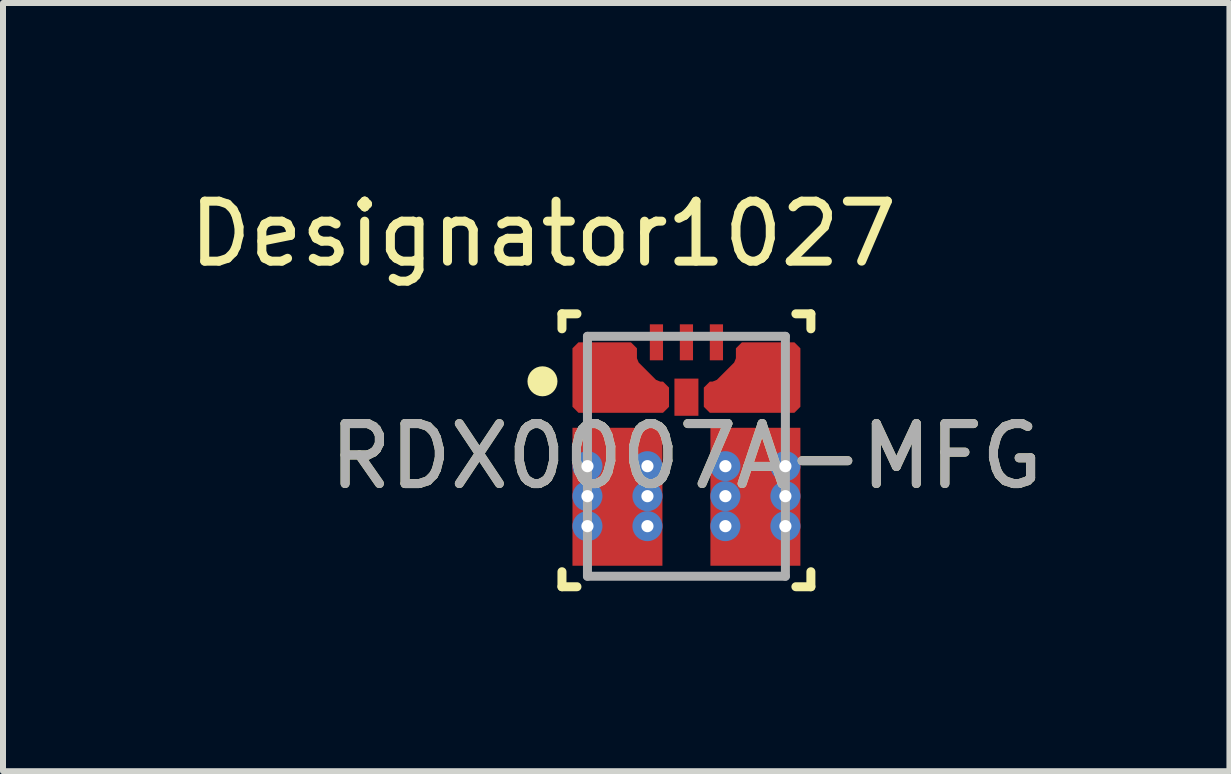
<source format=kicad_pcb>
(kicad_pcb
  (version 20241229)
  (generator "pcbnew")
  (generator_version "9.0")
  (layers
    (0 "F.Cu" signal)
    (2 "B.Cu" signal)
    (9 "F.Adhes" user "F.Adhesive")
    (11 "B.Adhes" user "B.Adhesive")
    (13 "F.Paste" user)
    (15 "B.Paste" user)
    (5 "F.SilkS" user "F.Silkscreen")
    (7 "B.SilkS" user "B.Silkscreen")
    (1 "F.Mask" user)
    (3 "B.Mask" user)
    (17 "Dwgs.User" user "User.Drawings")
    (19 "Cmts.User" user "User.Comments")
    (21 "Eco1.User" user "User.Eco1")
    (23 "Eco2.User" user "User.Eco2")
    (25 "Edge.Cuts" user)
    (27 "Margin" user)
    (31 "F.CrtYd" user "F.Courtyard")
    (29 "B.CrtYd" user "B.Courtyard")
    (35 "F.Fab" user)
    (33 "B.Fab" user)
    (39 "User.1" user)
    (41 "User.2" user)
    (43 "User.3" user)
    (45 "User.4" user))
  (footprint "RDX0007A-MFG"
    (layer "F.Cu")
    (at 8.394 4.557)
    (property "Reference" "RDX0007A-MFG" (at 0 0 0) (unlocked yes) (layer "F.SilkS") (effects (font (size 1 1) (thickness 0.15))))
    (attr through_hole)
    (fp_poly (pts (xy -0.2 -0.675) (xy 0.2 -0.675) (xy 0.2 -1.295) (xy -0.2 -1.295)) (stroke (width 0) (type solid)) (fill yes) (layer "F.Cu"))
    (fp_poly (pts (xy -1.9 -1.8) (xy -1.8 -1.9) (xy -0.925 -1.9) (xy -0.825 -1.8) (xy -0.825 -1.634) (xy -0.796 -1.563) (xy -0.507 -1.274) (xy -0.436 -1.245) (xy -0.39 -1.245) (xy -0.29 -1.145) (xy -0.29 -0.825) (xy -0.39 -0.725) (xy -1.8 -0.725) (xy -1.9 -0.825)) (stroke (width 0) (type solid)) (fill yes) (layer "F.Cu"))
    (fp_poly (pts (xy 1.9 -1.8) (xy 1.8 -1.9) (xy 0.925 -1.9) (xy 0.825 -1.8) (xy 0.825 -1.634) (xy 0.796 -1.563) (xy 0.507 -1.274) (xy 0.436 -1.245) (xy 0.39 -1.245) (xy 0.29 -1.145) (xy 0.29 -0.825) (xy 0.39 -0.725) (xy 1.8 -0.725) (xy 1.9 -0.825)) (stroke (width 0) (type solid)) (fill yes) (layer "F.Cu"))
    (fp_poly (pts (xy -0.44 -2.25) (xy -0.34 -2.15) (xy -0.34 -1.65) (xy -0.44 -1.55) (xy -0.56 -1.55) (xy -0.66 -1.65) (xy -0.66 -2.15) (xy -0.56 -2.25)) (stroke (width 0) (type solid)) (fill yes) (layer "F.Mask"))
    (fp_poly (pts (xy -0.16 -2.15) (xy -0.06 -2.25) (xy 0.06 -2.25) (xy 0.16 -2.15) (xy 0.16 -1.65) (xy 0.06 -1.55) (xy -0.06 -1.55) (xy -0.16 -1.65)) (stroke (width 0) (type solid)) (fill yes) (layer "F.Mask"))
    (fp_poly (pts (xy 0.56 -1.55) (xy 0.44 -1.55) (xy 0.34 -1.65) (xy 0.34 -2.15) (xy 0.44 -2.25) (xy 0.56 -2.25) (xy 0.66 -2.15) (xy 0.66 -1.65)) (stroke (width 0) (type solid)) (fill yes) (layer "F.Mask"))
    (fp_poly (pts (xy -0.925 -1.85) (xy -0.875 -1.8) (xy -0.875 -1.593) (xy -0.86 -1.557) (xy -0.513 -1.21) (xy -0.477 -1.195) (xy -0.39 -1.195) (xy -0.34 -1.145) (xy -0.34 -0.825) (xy -0.39 -0.775) (xy -1.4 -0.775) (xy -1.45 -0.825) (xy -1.5 -0.875) (xy -1.8 -0.875) (xy -1.85 -0.925) (xy -1.85 -1.075) (xy -1.8 -1.125) (xy -1.5 -1.125) (xy -1.45 -1.175) (xy -1.45 -1.325) (xy -1.5 -1.375) (xy -1.8 -1.375) (xy -1.85 -1.425) (xy -1.85 -1.575) (xy -1.8 -1.625) (xy -1.5 -1.625) (xy -1.45 -1.675) (xy -1.45 -1.8) (xy -1.4 -1.85)) (stroke (width 0) (type solid)) (fill yes) (layer "F.Mask"))
    (fp_poly (pts (xy 0.925 -1.85) (xy 0.875 -1.8) (xy 0.875 -1.593) (xy 0.86 -1.557) (xy 0.513 -1.21) (xy 0.477 -1.195) (xy 0.39 -1.195) (xy 0.34 -1.145) (xy 0.34 -0.825) (xy 0.39 -0.775) (xy 1.4 -0.775) (xy 1.45 -0.825) (xy 1.5 -0.875) (xy 1.8 -0.875) (xy 1.85 -0.925) (xy 1.85 -1.075) (xy 1.8 -1.125) (xy 1.5 -1.125) (xy 1.45 -1.175) (xy 1.45 -1.325) (xy 1.5 -1.375) (xy 1.8 -1.375) (xy 1.85 -1.425) (xy 1.85 -1.575) (xy 1.8 -1.625) (xy 1.5 -1.625) (xy 1.45 -1.675) (xy 1.45 -1.8) (xy 1.4 -1.85)) (stroke (width 0) (type solid)) (fill yes) (layer "F.Mask"))
    (fp_poly (pts (xy -0.5 -0.425) (xy -0.45 -0.375) (xy -0.45 1.725) (xy -0.5 1.775) (xy -1.4 1.775) (xy -1.45 1.725) (xy -1.45 1.59) (xy -1.5 1.54) (xy -1.8 1.54) (xy -1.85 1.49) (xy -1.85 1.34) (xy -1.8 1.29) (xy -1.5 1.29) (xy -1.45 1.24) (xy -1.45 1.09) (xy -1.5 1.04) (xy -1.8 1.04) (xy -1.85 0.99) (xy -1.85 0.84) (xy -1.8 0.79) (xy -1.5 0.79) (xy -1.45 0.74) (xy -1.45 0.59) (xy -1.5 0.54) (xy -1.8 0.54) (xy -1.85 0.49) (xy -1.85 0.34) (xy -1.8 0.29) (xy -1.5 0.29) (xy -1.45 0.24) (xy -1.45 0.09) (xy -1.5 0.04) (xy -1.8 0.04) (xy -1.85 -0.01) (xy -1.85 -0.16) (xy -1.8 -0.21) (xy -1.5 -0.21) (xy -1.45 -0.26) (xy -1.45 -0.375) (xy -1.4 -0.425)) (stroke (width 0) (type solid)) (fill yes) (layer "F.Mask"))
    (fp_poly (pts (xy 0.5 -0.425) (xy 0.45 -0.375) (xy 0.45 1.725) (xy 0.5 1.775) (xy 1.4 1.775) (xy 1.45 1.725) (xy 1.45 1.59) (xy 1.5 1.54) (xy 1.8 1.54) (xy 1.85 1.49) (xy 1.85 1.34) (xy 1.8 1.29) (xy 1.5 1.29) (xy 1.45 1.24) (xy 1.45 1.09) (xy 1.5 1.04) (xy 1.8 1.04) (xy 1.85 0.99) (xy 1.85 0.84) (xy 1.8 0.79) (xy 1.5 0.79) (xy 1.45 0.74) (xy 1.45 0.59) (xy 1.5 0.54) (xy 1.8 0.54) (xy 1.85 0.49) (xy 1.85 0.34) (xy 1.8 0.29) (xy 1.5 0.29) (xy 1.45 0.24) (xy 1.45 0.09) (xy 1.5 0.04) (xy 1.8 0.04) (xy 1.85 -0.01) (xy 1.85 -0.16) (xy 1.8 -0.21) (xy 1.5 -0.21) (xy 1.45 -0.26) (xy 1.45 -0.375) (xy 1.4 -0.425)) (stroke (width 0) (type solid)) (fill yes) (layer "F.Mask"))
    (fp_line (start -2.075 -2.375) (end -1.825 -2.375) (stroke (width 0.15) (type solid)) (layer "F.SilkS"))
    (fp_line (start -2.075 -2.125) (end -2.075 -2.375) (stroke (width 0.15) (type solid)) (layer "F.SilkS"))
    (fp_line (start -2.075 2.175) (end -2.075 1.925) (stroke (width 0.15) (type solid)) (layer "F.SilkS"))
    (fp_line (start -2.075 2.175) (end -1.825 2.175) (stroke (width 0.15) (type solid)) (layer "F.SilkS"))
    (fp_line (start 1.825 -2.375) (end 2.075 -2.375) (stroke (width 0.15) (type solid)) (layer "F.SilkS"))
    (fp_line (start 1.825 2.175) (end 2.075 2.175) (stroke (width 0.15) (type solid)) (layer "F.SilkS"))
    (fp_line (start 2.075 -2.125) (end 2.075 -2.375) (stroke (width 0.15) (type solid)) (layer "F.SilkS"))
    (fp_line (start 2.075 2.175) (end 2.075 1.925) (stroke (width 0.15) (type solid)) (layer "F.SilkS"))
    (fp_circle (center -2.4 -1.25) (end -2.275 -1.25) (stroke (width 0.25) (type solid)) (fill no) (layer "F.SilkS"))
    (fp_poly (pts (xy -1.85 -1.575) (xy -1.8 -1.625) (xy -1.45 -1.625) (xy -1.4 -1.575) (xy -1.4 -1.425) (xy -1.45 -1.375) (xy -1.8 -1.375) (xy -1.85 -1.425)) (stroke (width 0) (type solid)) (fill yes) (layer "F.Paste"))
    (fp_poly (pts (xy -1.8 -1.125) (xy -1.45 -1.125) (xy -1.4 -1.075) (xy -1.4 -0.925) (xy -1.45 -0.875) (xy -1.8 -0.875) (xy -1.85 -0.925) (xy -1.85 -1.075)) (stroke (width 0) (type solid)) (fill yes) (layer "F.Paste"))
    (fp_poly (pts (xy 1.85 -1.575) (xy 1.85 -1.425) (xy 1.8 -1.375) (xy 1.45 -1.375) (xy 1.4 -1.425) (xy 1.4 -1.575) (xy 1.45 -1.625) (xy 1.8 -1.625)) (stroke (width 0) (type solid)) (fill yes) (layer "F.Paste"))
    (fp_poly (pts (xy 1.85 -1.075) (xy 1.85 -0.925) (xy 1.8 -0.875) (xy 1.45 -0.875) (xy 1.4 -0.925) (xy 1.4 -1.075) (xy 1.45 -1.125) (xy 1.8 -1.125)) (stroke (width 0) (type solid)) (fill yes) (layer "F.Paste"))
    (fp_poly (pts (xy -0.95 -1.84) (xy -0.9 -1.79) (xy -0.9 -1.596) (xy -0.885 -1.56) (xy -0.525 -1.2) (xy -0.489 -1.185) (xy -0.4 -1.185) (xy -0.35 -1.135) (xy -0.35 -0.835) (xy -0.4 -0.785) (xy -1.15 -0.785) (xy -1.2 -0.835) (xy -1.2 -1.79) (xy -1.15 -1.84)) (stroke (width 0) (type solid)) (fill yes) (layer "F.Paste"))
    (fp_poly (pts (xy 0.95 -1.84) (xy 0.9 -1.79) (xy 0.9 -1.596) (xy 0.885 -1.56) (xy 0.525 -1.2) (xy 0.489 -1.185) (xy 0.4 -1.185) (xy 0.35 -1.135) (xy 0.35 -0.835) (xy 0.4 -0.785) (xy 1.15 -0.785) (xy 1.2 -0.835) (xy 1.2 -1.79) (xy 1.15 -1.84)) (stroke (width 0) (type solid)) (fill yes) (layer "F.Paste"))
    (fp_poly (pts (xy -0.46 1.655) (xy -0.51 1.705) (xy -1.35 1.705) (xy -1.4 1.655) (xy -1.4 1.59) (xy -1.45 1.54) (xy -1.8 1.54) (xy -1.85 1.49) (xy -1.85 1.34) (xy -1.8 1.29) (xy -1.3 1.29) (xy -1.25 1.24) (xy -1.25 1.09) (xy -1.3 1.04) (xy -1.8 1.04) (xy -1.85 0.99) (xy -1.85 0.84) (xy -1.8 0.79) (xy -1.3 0.79) (xy -1.25 0.74) (xy -1.25 0.59) (xy -1.3 0.54) (xy -1.8 0.54) (xy -1.85 0.49) (xy -1.85 0.34) (xy -1.8 0.29) (xy -1.3 0.29) (xy -1.25 0.24) (xy -1.25 0.09) (xy -1.3 0.04) (xy -1.8 0.04) (xy -1.85 -0.01) (xy -1.85 -0.16) (xy -1.8 -0.21) (xy -1.45 -0.21) (xy -1.4 -0.26) (xy -1.4 -0.325) (xy -1.35 -0.375) (xy -0.51 -0.375) (xy -0.46 -0.325) (xy -0.46 0.015) (xy -0.51 0.065) (xy -0.88 0.065) (xy -0.93 0.115) (xy -0.93 0.215) (xy -0.88 0.265) (xy -0.51 0.265) (xy -0.46 0.315) (xy -0.46 0.515) (xy -0.51 0.565) (xy -0.88 0.565) (xy -0.93 0.615) (xy -0.93 0.715) (xy -0.88 0.765) (xy -0.51 0.765) (xy -0.46 0.815) (xy -0.46 1.015) (xy -0.51 1.065) (xy -0.88 1.065) (xy -0.93 1.115) (xy -0.93 1.215) (xy -0.88 1.265) (xy -0.51 1.265) (xy -0.46 1.315)) (stroke (width 0) (type solid)) (fill yes) (layer "F.Paste"))
    (fp_poly (pts (xy 0.46 1.655) (xy 0.51 1.705) (xy 1.35 1.705) (xy 1.4 1.655) (xy 1.4 1.59) (xy 1.45 1.54) (xy 1.8 1.54) (xy 1.85 1.49) (xy 1.85 1.34) (xy 1.8 1.29) (xy 1.3 1.29) (xy 1.25 1.24) (xy 1.25 1.09) (xy 1.3 1.04) (xy 1.8 1.04) (xy 1.85 0.99) (xy 1.85 0.84) (xy 1.8 0.79) (xy 1.3 0.79) (xy 1.25 0.74) (xy 1.25 0.59) (xy 1.3 0.54) (xy 1.8 0.54) (xy 1.85 0.49) (xy 1.85 0.34) (xy 1.8 0.29) (xy 1.3 0.29) (xy 1.25 0.24) (xy 1.25 0.09) (xy 1.3 0.04) (xy 1.8 0.04) (xy 1.85 -0.01) (xy 1.85 -0.16) (xy 1.8 -0.21) (xy 1.45 -0.21) (xy 1.4 -0.26) (xy 1.4 -0.325) (xy 1.35 -0.375) (xy 0.51 -0.375) (xy 0.46 -0.325) (xy 0.46 0.015) (xy 0.51 0.065) (xy 0.88 0.065) (xy 0.93 0.115) (xy 0.93 0.215) (xy 0.88 0.265) (xy 0.51 0.265) (xy 0.46 0.315) (xy 0.46 0.515) (xy 0.51 0.565) (xy 0.88 0.565) (xy 0.93 0.615) (xy 0.93 0.715) (xy 0.88 0.765) (xy 0.51 0.765) (xy 0.46 0.815) (xy 0.46 1.015) (xy 0.51 1.065) (xy 0.88 1.065) (xy 0.93 1.115) (xy 0.93 1.215) (xy 0.88 1.265) (xy 0.51 1.265) (xy 0.46 1.315)) (stroke (width 0) (type solid)) (fill yes) (layer "F.Paste"))
    (fp_line (start -1.65 -2) (end 1.65 -2) (stroke (width 0.15) (type solid)) (layer "F.Fab"))
    (fp_line (start -1.65 2) (end -1.65 -2) (stroke (width 0.15) (type solid)) (layer "F.Fab"))
    (fp_line (start -1.65 2) (end 1.65 2) (stroke (width 0.15) (type solid)) (layer "F.Fab"))
    (fp_line (start 1.65 2) (end 1.65 -2) (stroke (width 0.15) (type solid)) (layer "F.Fab"))
    (fp_text user "Designator1027" (at -2.388 -3.708 0) (unlocked yes) (layer "F.SilkS") (effects (font (size 1 1) (thickness 0.15))))
    (fp_text user "${REFERENCE}" (at 0 0 0) (unlocked yes) (layer "F.Fab") (effects (font (size 1 1) (thickness 0.15))))
    (pad "1" smd circle (at -1.312 -1.312) (size 1.025 1.025) (layers "F.Cu"))
    (pad "2" smd rect (at -1.15 0.675) (size 1.5 2.3) (layers "F.Cu"))
    (pad "3" smd rect (at 1.15 0.675) (size 1.5 2.3) (layers "F.Cu"))
    (pad "4" smd circle (at 1.281 -1.276) (size 0.991 0.991) (layers "F.Cu"))
    (pad "5" smd rect (at 0.5 -1.9) (size 0.22 0.6) (layers "F.Cu" "F.Paste"))
    (pad "6" smd rect (at 0 -1.9) (size 0.22 0.6) (layers "F.Cu" "F.Paste"))
    (pad "7" smd rect (at -0.5 -1.9) (size 0.22 0.6) (layers "F.Cu" "F.Paste"))
    (pad "8" thru_hole circle (at -1.65 0.165) (size 0.5 0.5) (drill 0.203) (layers "*.Cu" "*.Mask"))
    (pad "9" thru_hole circle (at -1.65 0.665) (size 0.5 0.5) (drill 0.203) (layers "*.Cu" "*.Mask"))
    (pad "10" thru_hole circle (at -1.65 1.165) (size 0.5 0.5) (drill 0.203) (layers "*.Cu" "*.Mask"))
    (pad "11" thru_hole circle (at 1.65 0.165) (size 0.5 0.5) (drill 0.203) (layers "*.Cu" "*.Mask"))
    (pad "12" thru_hole circle (at 1.65 0.665) (size 0.5 0.5) (drill 0.203) (layers "*.Cu" "*.Mask"))
    (pad "13" thru_hole circle (at 1.65 1.165) (size 0.5 0.5) (drill 0.203) (layers "*.Cu" "*.Mask"))
    (pad "14" thru_hole circle (at -0.65 0.165) (size 0.5 0.5) (drill 0.203) (layers "*.Cu" "*.Mask"))
    (pad "15" thru_hole circle (at -0.65 0.665) (size 0.5 0.5) (drill 0.203) (layers "*.Cu" "*.Mask"))
    (pad "16" thru_hole circle (at -0.65 1.165) (size 0.5 0.5) (drill 0.203) (layers "*.Cu" "*.Mask"))
    (pad "17" thru_hole circle (at 0.65 0.165) (size 0.5 0.5) (drill 0.203) (layers "*.Cu" "*.Mask"))
    (pad "18" thru_hole circle (at 0.65 0.665) (size 0.5 0.5) (drill 0.203) (layers "*.Cu" "*.Mask"))
    (pad "19" thru_hole circle (at 0.65 1.165) (size 0.5 0.5) (drill 0.203) (layers "*.Cu" "*.Mask")))
  (gr_rect
    (start -3 -3)
    (end 17.447 9.807)
    (stroke (width 0.1) (type default))
    (fill no)
    (layer "Edge.Cuts")))
</source>
